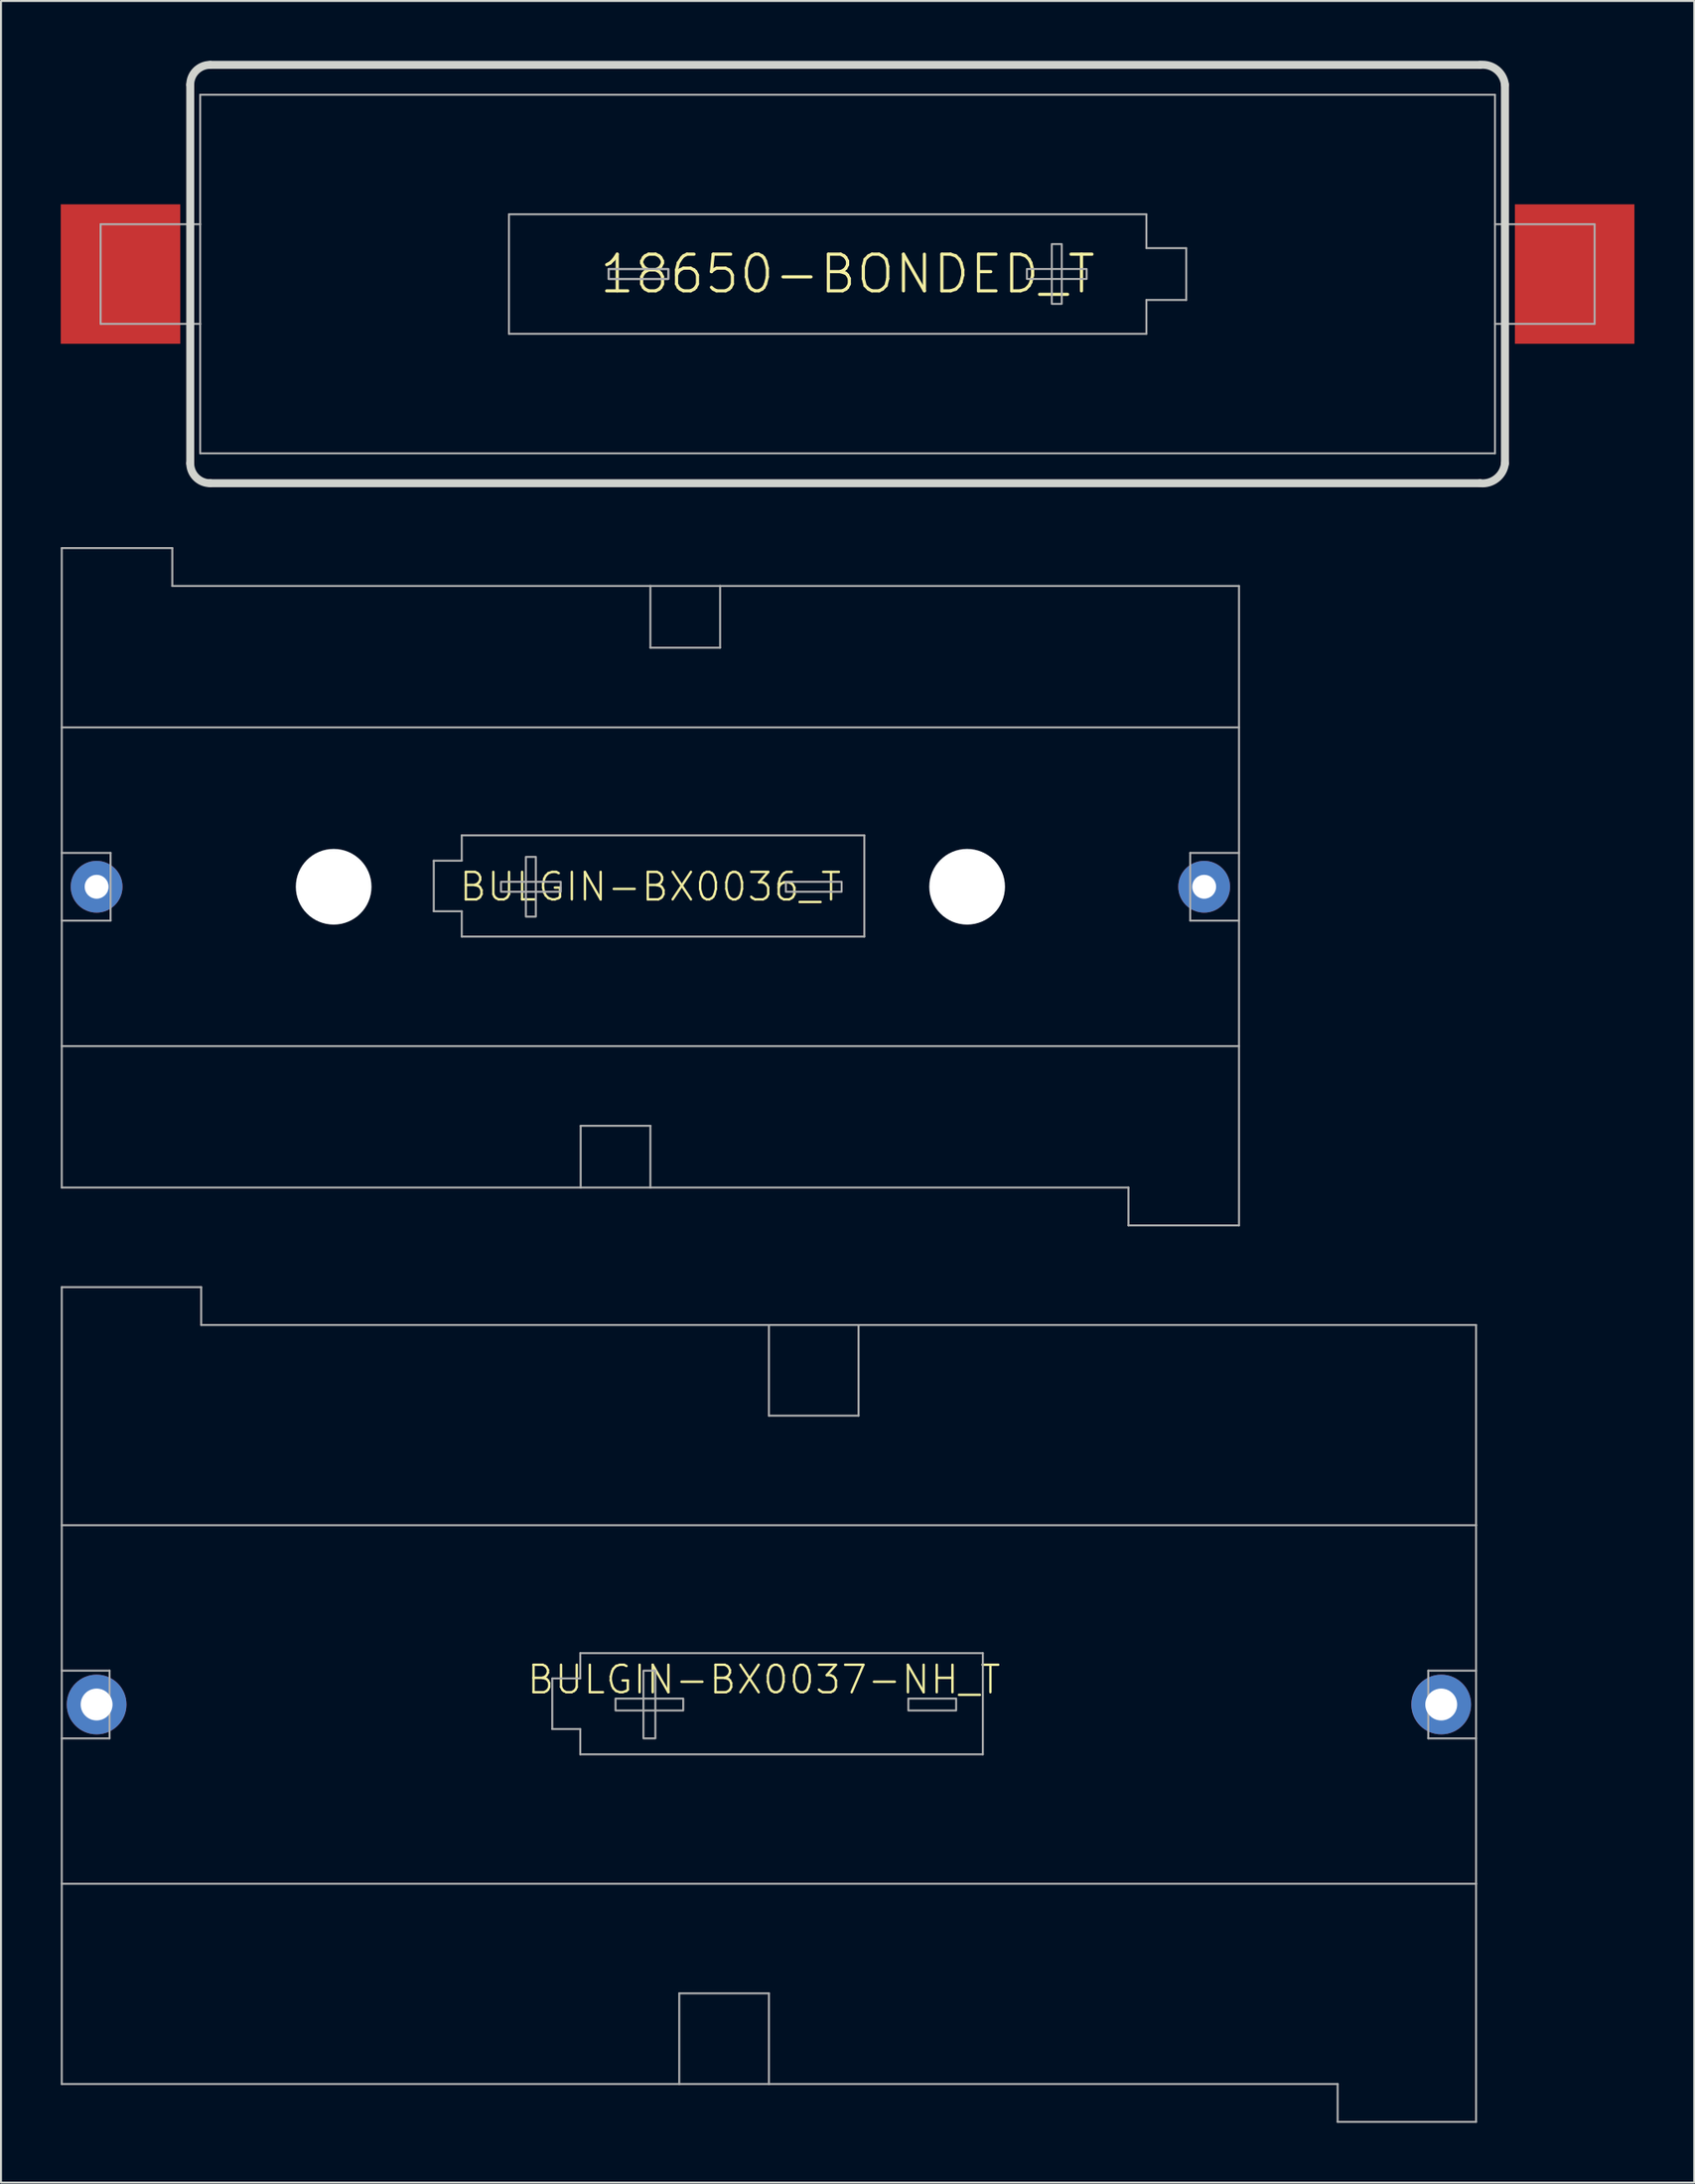
<source format=kicad_pcb>
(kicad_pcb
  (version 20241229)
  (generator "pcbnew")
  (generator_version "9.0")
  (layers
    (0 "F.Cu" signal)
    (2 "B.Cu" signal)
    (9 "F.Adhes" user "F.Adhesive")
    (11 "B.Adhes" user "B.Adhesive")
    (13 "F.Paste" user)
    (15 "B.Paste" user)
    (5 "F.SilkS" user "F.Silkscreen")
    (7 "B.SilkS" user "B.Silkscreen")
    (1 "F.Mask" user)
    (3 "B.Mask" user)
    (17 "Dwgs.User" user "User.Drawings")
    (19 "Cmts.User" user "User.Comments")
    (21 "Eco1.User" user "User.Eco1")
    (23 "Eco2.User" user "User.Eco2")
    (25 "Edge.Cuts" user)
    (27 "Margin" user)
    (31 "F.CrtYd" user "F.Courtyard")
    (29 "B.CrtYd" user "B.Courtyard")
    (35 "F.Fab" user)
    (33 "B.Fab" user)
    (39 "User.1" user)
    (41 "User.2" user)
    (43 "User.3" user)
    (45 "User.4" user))
  (footprint "BULGIN-BX0037-NH_T"
    (layer "F.Cu")
    (at 35.55 82.514)
    (property "Reference" "BULGIN-BX0037-NH_T" (at -0.25 -1.25 0) (unlocked yes) (layer "F.SilkS") (effects (font (size 1.38 1.38) (thickness 0.12))))
    (fp_line (start -35.5 -20.95) (end -35.5 -9) (stroke (width 0.1) (type solid)) (layer "F.Fab"))
    (fp_line (start -35.5 -20.95) (end -28.5 -20.95) (stroke (width 0.1) (type solid)) (layer "F.Fab"))
    (fp_line (start -35.5 -9) (end -35.5 -1.7) (stroke (width 0.1) (type solid)) (layer "F.Fab"))
    (fp_line (start -35.5 -9) (end 35.5 -9) (stroke (width 0.1) (type solid)) (layer "F.Fab"))
    (fp_line (start -35.5 -1.7) (end -35.5 1.7) (stroke (width 0.1) (type solid)) (layer "F.Fab"))
    (fp_line (start -35.5 -1.7) (end -33.1 -1.7) (stroke (width 0.1) (type solid)) (layer "F.Fab"))
    (fp_line (start -35.5 1.7) (end -35.5 9) (stroke (width 0.1) (type solid)) (layer "F.Fab"))
    (fp_line (start -35.5 9) (end -35.5 19.05) (stroke (width 0.1) (type solid)) (layer "F.Fab"))
    (fp_line (start -35.5 9) (end 35.5 9) (stroke (width 0.1) (type solid)) (layer "F.Fab"))
    (fp_line (start -35.5 19.05) (end -4.5 19.05) (stroke (width 0.1) (type solid)) (layer "F.Fab"))
    (fp_line (start -33.1 -1.7) (end -33.1 1.7) (stroke (width 0.1) (type solid)) (layer "F.Fab"))
    (fp_line (start -33.1 1.7) (end -35.5 1.7) (stroke (width 0.1) (type solid)) (layer "F.Fab"))
    (fp_line (start -28.5 -20.95) (end -28.5 -19.05) (stroke (width 0.1) (type solid)) (layer "F.Fab"))
    (fp_line (start -28.5 -19.05) (end 0 -19.05) (stroke (width 0.1) (type solid)) (layer "F.Fab"))
    (fp_line (start -10.875 -1.309) (end -10.875 1.231) (stroke (width 0.1) (type solid)) (layer "F.Fab"))
    (fp_line (start -10.875 1.231) (end -9.47 1.231) (stroke (width 0.1) (type solid)) (layer "F.Fab"))
    (fp_line (start -9.47 -2.579) (end -9.47 -1.309) (stroke (width 0.1) (type solid)) (layer "F.Fab"))
    (fp_line (start -9.47 -1.309) (end -10.875 -1.309) (stroke (width 0.1) (type solid)) (layer "F.Fab"))
    (fp_line (start -9.47 2.501) (end -9.47 1.231) (stroke (width 0.1) (type solid)) (layer "F.Fab"))
    (fp_line (start -4.5 14.5) (end 0 14.5) (stroke (width 0.1) (type solid)) (layer "F.Fab"))
    (fp_line (start -4.5 19.05) (end -4.5 14.5) (stroke (width 0.1) (type solid)) (layer "F.Fab"))
    (fp_line (start -4.5 19.05) (end 0 19.05) (stroke (width 0.1) (type solid)) (layer "F.Fab"))
    (fp_line (start 0 -19.05) (end 0 -14.5) (stroke (width 0.1) (type solid)) (layer "F.Fab"))
    (fp_line (start 0 -19.05) (end 4.5 -19.05) (stroke (width 0.1) (type solid)) (layer "F.Fab"))
    (fp_line (start 0 19.05) (end 0 14.5) (stroke (width 0.1) (type solid)) (layer "F.Fab"))
    (fp_line (start 0 19.05) (end 28.55 19.05) (stroke (width 0.1) (type solid)) (layer "F.Fab"))
    (fp_line (start 4.5 -19.05) (end 4.5 -14.5) (stroke (width 0.1) (type solid)) (layer "F.Fab"))
    (fp_line (start 4.5 -19.05) (end 35.5 -19.05) (stroke (width 0.1) (type solid)) (layer "F.Fab"))
    (fp_line (start 4.5 -14.5) (end 0 -14.5) (stroke (width 0.1) (type solid)) (layer "F.Fab"))
    (fp_line (start 10.74 -2.579) (end -9.47 -2.579) (stroke (width 0.1) (type solid)) (layer "F.Fab"))
    (fp_line (start 10.74 2.501) (end -9.47 2.501) (stroke (width 0.1) (type solid)) (layer "F.Fab"))
    (fp_line (start 10.74 2.501) (end 10.74 -2.579) (stroke (width 0.1) (type solid)) (layer "F.Fab"))
    (fp_line (start 28.55 19.05) (end 28.55 20.95) (stroke (width 0.1) (type solid)) (layer "F.Fab"))
    (fp_line (start 28.55 20.95) (end 35.5 20.95) (stroke (width 0.1) (type solid)) (layer "F.Fab"))
    (fp_line (start 33.1 -1.7) (end 35.5 -1.7) (stroke (width 0.1) (type solid)) (layer "F.Fab"))
    (fp_line (start 33.1 1.7) (end 33.1 -1.7) (stroke (width 0.1) (type solid)) (layer "F.Fab"))
    (fp_line (start 35.5 -9) (end 35.5 -19.05) (stroke (width 0.1) (type solid)) (layer "F.Fab"))
    (fp_line (start 35.5 1.7) (end 33.1 1.7) (stroke (width 0.1) (type solid)) (layer "F.Fab"))
    (fp_line (start 35.5 9) (end 35.5 -9) (stroke (width 0.1) (type solid)) (layer "F.Fab"))
    (fp_line (start 35.5 20.95) (end 35.5 9) (stroke (width 0.1) (type solid)) (layer "F.Fab"))
    (fp_poly (pts (xy -5.7 -1.7) (xy -6.3 -1.7) (xy -6.3 1.7) (xy -5.7 1.7)) (stroke (width 0.1) (type default)) (fill no) (layer "F.Fab"))
    (fp_poly (pts (xy -4.3 -0.3) (xy -7.7 -0.3) (xy -7.7 0.3) (xy -4.3 0.3)) (stroke (width 0.1) (type default)) (fill no) (layer "F.Fab"))
    (fp_poly (pts (xy 9.4 -0.3) (xy 7 -0.3) (xy 7 0.3) (xy 9.4 0.3)) (stroke (width 0.1) (type default)) (fill no) (layer "F.Fab"))
    (pad "M" thru_hole circle (at 33.75 0) (size 3 3) (drill 1.6) (layers "*.Cu" "*.Mask"))
    (pad "P" thru_hole circle (at -33.75 0) (size 3 3) (drill 1.6) (layers "*.Cu" "*.Mask")))
  (footprint "18650-BONDED_T"
    (layer "F.Cu")
    (at 39.5 10.707)
    (property "Reference" "18650-BONDED_T" (at 0 0 0) (unlocked yes) (layer "F.SilkS") (effects (font (size 1.84 1.84) (thickness 0.16))))
    (fp_line (start -33 -9.5) (end -33 9.5) (stroke (width 0.4) (type solid)) (layer "Edge.Cuts"))
    (fp_line (start -32 -10.5) (end 31.75 -10.5) (stroke (width 0.4) (type solid)) (layer "Edge.Cuts"))
    (fp_line (start 31.75 10.5) (end -32 10.5) (stroke (width 0.4) (type solid)) (layer "Edge.Cuts"))
    (fp_line (start 33 -9.5) (end 33 9.5) (stroke (width 0.4) (type solid)) (layer "Edge.Cuts"))
    (fp_arc (start -33 -9.5) (mid -32.707107 -10.207107) (end -32 -10.5) (stroke (width 0.4) (type solid)) (layer "Edge.Cuts"))
    (fp_arc (start -32 10.5) (mid -32.707107 10.207107) (end -33 9.5) (stroke (width 0.4) (type solid)) (layer "Edge.Cuts"))
    (fp_arc (start 31.75 -10.5) (mid 32.582107 -10.258883) (end 33 -9.5) (stroke (width 0.4) (type solid)) (layer "Edge.Cuts"))
    (fp_arc (start 33 9.5) (mid 32.582107 10.258883) (end 31.75 10.5) (stroke (width 0.4) (type solid)) (layer "Edge.Cuts"))
    (fp_line (start -37.5 -2.5) (end -37.5 2.5) (stroke (width 0.1) (type solid)) (layer "F.Fab"))
    (fp_line (start -37.5 2.5) (end -32.5 2.5) (stroke (width 0.1) (type solid)) (layer "F.Fab"))
    (fp_line (start -32.5 -2.5) (end -37.5 -2.5) (stroke (width 0.1) (type solid)) (layer "F.Fab"))
    (fp_line (start -32.5 -2.5) (end -32.5 -9) (stroke (width 0.1) (type solid)) (layer "F.Fab"))
    (fp_line (start -32.5 2.5) (end -32.5 -2.5) (stroke (width 0.1) (type solid)) (layer "F.Fab"))
    (fp_line (start -32.5 9) (end -32.5 2.5) (stroke (width 0.1) (type solid)) (layer "F.Fab"))
    (fp_line (start -17 -3) (end -17 3) (stroke (width 0.1) (type solid)) (layer "F.Fab"))
    (fp_line (start -17 -3) (end 15 -3) (stroke (width 0.1) (type solid)) (layer "F.Fab"))
    (fp_line (start -17 3) (end 15 3) (stroke (width 0.1) (type solid)) (layer "F.Fab"))
    (fp_line (start 15 -3) (end 15 -1.3) (stroke (width 0.1) (type solid)) (layer "F.Fab"))
    (fp_line (start 15 1.3) (end 17 1.3) (stroke (width 0.1) (type solid)) (layer "F.Fab"))
    (fp_line (start 15 3) (end 15 1.3) (stroke (width 0.1) (type solid)) (layer "F.Fab"))
    (fp_line (start 17 -1.3) (end 15 -1.3) (stroke (width 0.1) (type solid)) (layer "F.Fab"))
    (fp_line (start 17 1.3) (end 17 -1.3) (stroke (width 0.1) (type solid)) (layer "F.Fab"))
    (fp_line (start 32.5 -9) (end -32.5 -9) (stroke (width 0.1) (type solid)) (layer "F.Fab"))
    (fp_line (start 32.5 -9) (end 32.5 -2.5) (stroke (width 0.1) (type solid)) (layer "F.Fab"))
    (fp_line (start 32.5 -2.5) (end 32.5 2.5) (stroke (width 0.1) (type solid)) (layer "F.Fab"))
    (fp_line (start 32.5 -2.5) (end 37.5 -2.5) (stroke (width 0.1) (type solid)) (layer "F.Fab"))
    (fp_line (start 32.5 2.5) (end 32.5 9) (stroke (width 0.1) (type solid)) (layer "F.Fab"))
    (fp_line (start 32.5 9) (end -32.5 9) (stroke (width 0.1) (type solid)) (layer "F.Fab"))
    (fp_line (start 37.5 -2.5) (end 37.5 2.5) (stroke (width 0.1) (type solid)) (layer "F.Fab"))
    (fp_line (start 37.5 2.5) (end 32.5 2.5) (stroke (width 0.1) (type solid)) (layer "F.Fab"))
    (fp_poly (pts (xy -9 -0.254) (xy -12 -0.254) (xy -12 0.246) (xy -9 0.246)) (stroke (width 0.1) (type default)) (fill no) (layer "F.Fab"))
    (fp_poly (pts (xy -9 -0.254) (xy -12 -0.254) (xy -12 0.246) (xy -9 0.246)) (stroke (width 0.1) (type default)) (fill no) (layer "F.Fab"))
    (fp_poly (pts (xy 10.75 -1.504) (xy 10.25 -1.504) (xy 10.25 1.496) (xy 10.75 1.496)) (stroke (width 0.1) (type default)) (fill no) (layer "F.Fab"))
    (fp_poly (pts (xy 12 -0.254) (xy 9 -0.254) (xy 9 0.246) (xy 12 0.246)) (stroke (width 0.1) (type default)) (fill no) (layer "F.Fab"))
    (pad "M" smd rect (at -36.5 0) (size 6 7) (layers "F.Cu" "F.Mask"))
    (pad "P" smd rect (at 36.5 0) (size 6 7) (layers "F.Cu" "F.Mask")))
  (footprint "BULGIN-BX0036_T"
    (layer "F.Cu")
    (at 29.6 41.464)
    (property "Reference" "BULGIN-BX0036_T" (at 0 0 0) (unlocked yes) (layer "F.SilkS") (effects (font (size 1.38 1.38) (thickness 0.12))))
    (fp_line (start -29.55 -17) (end -24 -17) (stroke (width 0.1) (type solid)) (layer "F.Fab"))
    (fp_line (start -29.55 -8) (end -29.55 -17) (stroke (width 0.1) (type solid)) (layer "F.Fab"))
    (fp_line (start -29.55 -1.7) (end -29.55 -8) (stroke (width 0.1) (type solid)) (layer "F.Fab"))
    (fp_line (start -29.55 1.7) (end -29.55 -1.7) (stroke (width 0.1) (type solid)) (layer "F.Fab"))
    (fp_line (start -29.55 1.7) (end -27.1 1.7) (stroke (width 0.1) (type solid)) (layer "F.Fab"))
    (fp_line (start -29.55 8) (end -29.55 1.7) (stroke (width 0.1) (type solid)) (layer "F.Fab"))
    (fp_line (start -29.55 8) (end 29.55 8) (stroke (width 0.1) (type solid)) (layer "F.Fab"))
    (fp_line (start -29.55 15.1) (end -29.55 8) (stroke (width 0.1) (type solid)) (layer "F.Fab"))
    (fp_line (start -29.55 15.1) (end -3.5 15.1) (stroke (width 0.1) (type solid)) (layer "F.Fab"))
    (fp_line (start -27.1 -1.7) (end -29.55 -1.7) (stroke (width 0.1) (type solid)) (layer "F.Fab"))
    (fp_line (start -27.1 1.7) (end -27.1 -1.7) (stroke (width 0.1) (type solid)) (layer "F.Fab"))
    (fp_line (start -24 -15.1) (end -24 -17) (stroke (width 0.1) (type solid)) (layer "F.Fab"))
    (fp_line (start -24 -15.1) (end 0 -15.1) (stroke (width 0.1) (type solid)) (layer "F.Fab"))
    (fp_line (start -10.875 -1.309) (end -10.875 1.231) (stroke (width 0.1) (type solid)) (layer "F.Fab"))
    (fp_line (start -10.875 1.231) (end -9.47 1.231) (stroke (width 0.1) (type solid)) (layer "F.Fab"))
    (fp_line (start -9.47 -2.579) (end -9.47 -1.309) (stroke (width 0.1) (type solid)) (layer "F.Fab"))
    (fp_line (start -9.47 -1.309) (end -10.875 -1.309) (stroke (width 0.1) (type solid)) (layer "F.Fab"))
    (fp_line (start -9.47 2.501) (end -9.47 1.231) (stroke (width 0.1) (type solid)) (layer "F.Fab"))
    (fp_line (start -3.5 12) (end 0 12) (stroke (width 0.1) (type solid)) (layer "F.Fab"))
    (fp_line (start -3.5 15.1) (end -3.5 12) (stroke (width 0.1) (type solid)) (layer "F.Fab"))
    (fp_line (start 0 -15.1) (end 3.5 -15.1) (stroke (width 0.1) (type solid)) (layer "F.Fab"))
    (fp_line (start 0 -12) (end 0 -15.1) (stroke (width 0.1) (type solid)) (layer "F.Fab"))
    (fp_line (start 0 -12) (end 3.5 -12) (stroke (width 0.1) (type solid)) (layer "F.Fab"))
    (fp_line (start 0 12) (end 0 15.1) (stroke (width 0.1) (type solid)) (layer "F.Fab"))
    (fp_line (start 0 15.1) (end -3.5 15.1) (stroke (width 0.1) (type solid)) (layer "F.Fab"))
    (fp_line (start 0 15.1) (end 24 15.1) (stroke (width 0.1) (type solid)) (layer "F.Fab"))
    (fp_line (start 3.5 -15.1) (end 29.55 -15.1) (stroke (width 0.1) (type solid)) (layer "F.Fab"))
    (fp_line (start 3.5 -12) (end 3.5 -15.1) (stroke (width 0.1) (type solid)) (layer "F.Fab"))
    (fp_line (start 10.74 -2.579) (end -9.47 -2.579) (stroke (width 0.1) (type solid)) (layer "F.Fab"))
    (fp_line (start 10.74 2.501) (end -9.47 2.501) (stroke (width 0.1) (type solid)) (layer "F.Fab"))
    (fp_line (start 10.74 2.501) (end 10.74 -2.579) (stroke (width 0.1) (type solid)) (layer "F.Fab"))
    (fp_line (start 24 15.1) (end 24 17) (stroke (width 0.1) (type solid)) (layer "F.Fab"))
    (fp_line (start 27.1 -1.7) (end 27.1 1.7) (stroke (width 0.1) (type solid)) (layer "F.Fab"))
    (fp_line (start 27.1 1.7) (end 29.55 1.7) (stroke (width 0.1) (type solid)) (layer "F.Fab"))
    (fp_line (start 29.55 -15.1) (end 29.55 -8) (stroke (width 0.1) (type solid)) (layer "F.Fab"))
    (fp_line (start 29.55 -8) (end -29.55 -8) (stroke (width 0.1) (type solid)) (layer "F.Fab"))
    (fp_line (start 29.55 -8) (end 29.55 -1.7) (stroke (width 0.1) (type solid)) (layer "F.Fab"))
    (fp_line (start 29.55 -1.7) (end 27.1 -1.7) (stroke (width 0.1) (type solid)) (layer "F.Fab"))
    (fp_line (start 29.55 -1.7) (end 29.55 1.7) (stroke (width 0.1) (type solid)) (layer "F.Fab"))
    (fp_line (start 29.55 1.7) (end 29.55 8) (stroke (width 0.1) (type solid)) (layer "F.Fab"))
    (fp_line (start 29.55 8) (end 29.55 17) (stroke (width 0.1) (type solid)) (layer "F.Fab"))
    (fp_line (start 29.55 17) (end 24 17) (stroke (width 0.1) (type solid)) (layer "F.Fab"))
    (fp_poly (pts (xy -7.5 0.25) (xy -4.5 0.25) (xy -4.5 -0.25) (xy -7.5 -0.25)) (stroke (width 0.1) (type default)) (fill no) (layer "F.Fab"))
    (fp_poly (pts (xy -6.25 1.5) (xy -5.75 1.5) (xy -5.75 -1.5) (xy -6.25 -1.5)) (stroke (width 0.1) (type default)) (fill no) (layer "F.Fab"))
    (fp_poly (pts (xy 6.8 0.25) (xy 9.6 0.25) (xy 9.6 -0.25) (xy 6.8 -0.25)) (stroke (width 0.1) (type default)) (fill no) (layer "F.Fab"))
    (pad "" np_thru_hole circle (at -15.9 0) (size 3.8 3.8) (drill 3.8) (layers "*.Cu" "*.Mask"))
    (pad "" np_thru_hole circle (at 15.9 0) (size 3.8 3.8) (drill 3.8) (layers "*.Cu" "*.Mask"))
    (pad "M" thru_hole circle (at 27.8 0) (size 2.6 2.6) (drill 1.2) (layers "*.Cu" "*.Mask"))
    (pad "P" thru_hole circle (at -27.8 0) (size 2.6 2.6) (drill 1.2) (layers "*.Cu" "*.Mask")))
  (gr_rect
    (start -3 -3)
    (end 82 106.514)
    (stroke (width 0.1) (type default))
    (fill no)
    (layer "Edge.Cuts")))
</source>
